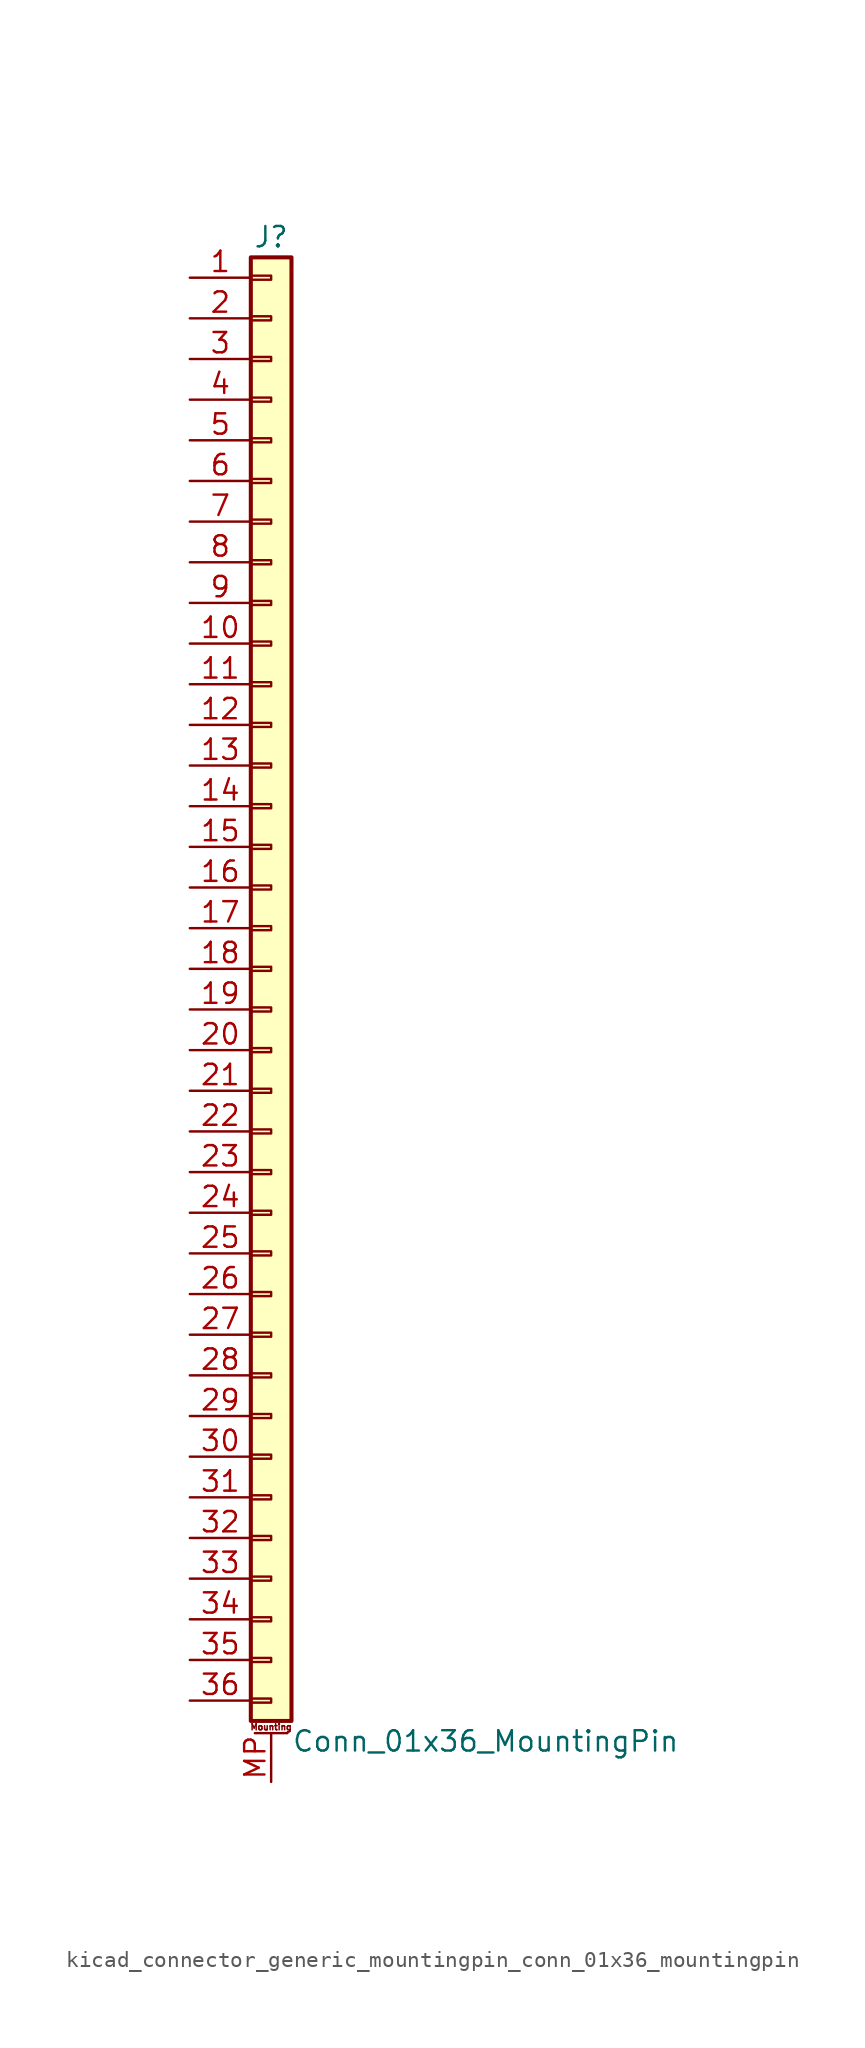
<source format=kicad_sym>
(kicad_symbol_lib
  (version 20220914)
  (generator kicad_symbol_editor)
  (symbol "kicad_connector_generic_mountingpin_conn_01x36_mountingpin"
    (pin_names
      (offset 1.016) hide)
    (property "Reference" "J"
      (at 0 45.72 0)
      (effects (font (size 1.27 1.27))))
    (property "Value" "Conn_01x36_MountingPin"
      (at 1.27 -48.26 0)
      (effects (font (size 1.27 1.27)) (justify left)))
    (symbol "kicad_connector_generic_mountingpin_conn_01x36_mountingpin_1_1"
      (rectangle (start -1.27 -45.593) (end 0 -45.847) (stroke (width 0.152) (type default)) (fill (type none)))
      (rectangle (start -1.27 -43.053) (end 0 -43.307) (stroke (width 0.152) (type default)) (fill (type none)))
      (rectangle (start -1.27 -40.513) (end 0 -40.767) (stroke (width 0.152) (type default)) (fill (type none)))
      (rectangle (start -1.27 -37.973) (end 0 -38.227) (stroke (width 0.152) (type default)) (fill (type none)))
      (rectangle (start -1.27 -35.433) (end 0 -35.687) (stroke (width 0.152) (type default)) (fill (type none)))
      (rectangle (start -1.27 -32.893) (end 0 -33.147) (stroke (width 0.152) (type default)) (fill (type none)))
      (rectangle (start -1.27 -30.353) (end 0 -30.607) (stroke (width 0.152) (type default)) (fill (type none)))
      (rectangle (start -1.27 -27.813) (end 0 -28.067) (stroke (width 0.152) (type default)) (fill (type none)))
      (rectangle (start -1.27 -25.273) (end 0 -25.527) (stroke (width 0.152) (type default)) (fill (type none)))
      (rectangle (start -1.27 -22.733) (end 0 -22.987) (stroke (width 0.152) (type default)) (fill (type none)))
      (rectangle (start -1.27 -20.193) (end 0 -20.447) (stroke (width 0.152) (type default)) (fill (type none)))
      (rectangle (start -1.27 -17.653) (end 0 -17.907) (stroke (width 0.152) (type default)) (fill (type none)))
      (rectangle (start -1.27 -15.113) (end 0 -15.367) (stroke (width 0.152) (type default)) (fill (type none)))
      (rectangle (start -1.27 -12.573) (end 0 -12.827) (stroke (width 0.152) (type default)) (fill (type none)))
      (rectangle (start -1.27 -10.033) (end 0 -10.287) (stroke (width 0.152) (type default)) (fill (type none)))
      (rectangle (start -1.27 -7.493) (end 0 -7.747) (stroke (width 0.152) (type default)) (fill (type none)))
      (rectangle (start -1.27 -4.953) (end 0 -5.207) (stroke (width 0.152) (type default)) (fill (type none)))
      (rectangle (start -1.27 -2.413) (end 0 -2.667) (stroke (width 0.152) (type default)) (fill (type none)))
      (rectangle (start -1.27 0.127) (end 0 -0.127) (stroke (width 0.152) (type default)) (fill (type none)))
      (rectangle (start -1.27 2.667) (end 0 2.413) (stroke (width 0.152) (type default)) (fill (type none)))
      (rectangle (start -1.27 5.207) (end 0 4.953) (stroke (width 0.152) (type default)) (fill (type none)))
      (rectangle (start -1.27 7.747) (end 0 7.493) (stroke (width 0.152) (type default)) (fill (type none)))
      (rectangle (start -1.27 10.287) (end 0 10.033) (stroke (width 0.152) (type default)) (fill (type none)))
      (rectangle (start -1.27 12.827) (end 0 12.573) (stroke (width 0.152) (type default)) (fill (type none)))
      (rectangle (start -1.27 15.367) (end 0 15.113) (stroke (width 0.152) (type default)) (fill (type none)))
      (rectangle (start -1.27 17.907) (end 0 17.653) (stroke (width 0.152) (type default)) (fill (type none)))
      (rectangle (start -1.27 20.447) (end 0 20.193) (stroke (width 0.152) (type default)) (fill (type none)))
      (rectangle (start -1.27 22.987) (end 0 22.733) (stroke (width 0.152) (type default)) (fill (type none)))
      (rectangle (start -1.27 25.527) (end 0 25.273) (stroke (width 0.152) (type default)) (fill (type none)))
      (rectangle (start -1.27 28.067) (end 0 27.813) (stroke (width 0.152) (type default)) (fill (type none)))
      (rectangle (start -1.27 30.607) (end 0 30.353) (stroke (width 0.152) (type default)) (fill (type none)))
      (rectangle (start -1.27 33.147) (end 0 32.893) (stroke (width 0.152) (type default)) (fill (type none)))
      (rectangle (start -1.27 35.687) (end 0 35.433) (stroke (width 0.152) (type default)) (fill (type none)))
      (rectangle (start -1.27 38.227) (end 0 37.973) (stroke (width 0.152) (type default)) (fill (type none)))
      (rectangle (start -1.27 40.767) (end 0 40.513) (stroke (width 0.152) (type default)) (fill (type none)))
      (rectangle (start -1.27 43.307) (end 0 43.053) (stroke (width 0.152) (type default)) (fill (type none)))
      (rectangle (start -1.27 44.45) (end 1.27 -46.99) (stroke (width 0.254) (type default)) (fill (type background)))
      (polyline (pts (xy -1.016 -47.752) (xy 1.016 -47.752)) (stroke (width 0.152) (type default)) (fill (type none)))
      (text "Mounting" (at 0 -47.371 0) (effects (font (size 0.381 0.381))))
      (pin passive line (at -5.08 43.18 0) (length 3.81) (name "Pin_1" (effects (font (size 1.27 1.27)))) (number "1" (effects (font (size 1.27 1.27)))))
      (pin passive line (at -5.08 20.32 0) (length 3.81) (name "Pin_10" (effects (font (size 1.27 1.27)))) (number "10" (effects (font (size 1.27 1.27)))))
      (pin passive line (at -5.08 17.78 0) (length 3.81) (name "Pin_11" (effects (font (size 1.27 1.27)))) (number "11" (effects (font (size 1.27 1.27)))))
      (pin passive line (at -5.08 15.24 0) (length 3.81) (name "Pin_12" (effects (font (size 1.27 1.27)))) (number "12" (effects (font (size 1.27 1.27)))))
      (pin passive line (at -5.08 12.7 0) (length 3.81) (name "Pin_13" (effects (font (size 1.27 1.27)))) (number "13" (effects (font (size 1.27 1.27)))))
      (pin passive line (at -5.08 10.16 0) (length 3.81) (name "Pin_14" (effects (font (size 1.27 1.27)))) (number "14" (effects (font (size 1.27 1.27)))))
      (pin passive line (at -5.08 7.62 0) (length 3.81) (name "Pin_15" (effects (font (size 1.27 1.27)))) (number "15" (effects (font (size 1.27 1.27)))))
      (pin passive line (at -5.08 5.08 0) (length 3.81) (name "Pin_16" (effects (font (size 1.27 1.27)))) (number "16" (effects (font (size 1.27 1.27)))))
      (pin passive line (at -5.08 2.54 0) (length 3.81) (name "Pin_17" (effects (font (size 1.27 1.27)))) (number "17" (effects (font (size 1.27 1.27)))))
      (pin passive line (at -5.08 0 0) (length 3.81) (name "Pin_18" (effects (font (size 1.27 1.27)))) (number "18" (effects (font (size 1.27 1.27)))))
      (pin passive line (at -5.08 -2.54 0) (length 3.81) (name "Pin_19" (effects (font (size 1.27 1.27)))) (number "19" (effects (font (size 1.27 1.27)))))
      (pin passive line (at -5.08 40.64 0) (length 3.81) (name "Pin_2" (effects (font (size 1.27 1.27)))) (number "2" (effects (font (size 1.27 1.27)))))
      (pin passive line (at -5.08 -5.08 0) (length 3.81) (name "Pin_20" (effects (font (size 1.27 1.27)))) (number "20" (effects (font (size 1.27 1.27)))))
      (pin passive line (at -5.08 -7.62 0) (length 3.81) (name "Pin_21" (effects (font (size 1.27 1.27)))) (number "21" (effects (font (size 1.27 1.27)))))
      (pin passive line (at -5.08 -10.16 0) (length 3.81) (name "Pin_22" (effects (font (size 1.27 1.27)))) (number "22" (effects (font (size 1.27 1.27)))))
      (pin passive line (at -5.08 -12.7 0) (length 3.81) (name "Pin_23" (effects (font (size 1.27 1.27)))) (number "23" (effects (font (size 1.27 1.27)))))
      (pin passive line (at -5.08 -15.24 0) (length 3.81) (name "Pin_24" (effects (font (size 1.27 1.27)))) (number "24" (effects (font (size 1.27 1.27)))))
      (pin passive line (at -5.08 -17.78 0) (length 3.81) (name "Pin_25" (effects (font (size 1.27 1.27)))) (number "25" (effects (font (size 1.27 1.27)))))
      (pin passive line (at -5.08 -20.32 0) (length 3.81) (name "Pin_26" (effects (font (size 1.27 1.27)))) (number "26" (effects (font (size 1.27 1.27)))))
      (pin passive line (at -5.08 -22.86 0) (length 3.81) (name "Pin_27" (effects (font (size 1.27 1.27)))) (number "27" (effects (font (size 1.27 1.27)))))
      (pin passive line (at -5.08 -25.4 0) (length 3.81) (name "Pin_28" (effects (font (size 1.27 1.27)))) (number "28" (effects (font (size 1.27 1.27)))))
      (pin passive line (at -5.08 -27.94 0) (length 3.81) (name "Pin_29" (effects (font (size 1.27 1.27)))) (number "29" (effects (font (size 1.27 1.27)))))
      (pin passive line (at -5.08 38.1 0) (length 3.81) (name "Pin_3" (effects (font (size 1.27 1.27)))) (number "3" (effects (font (size 1.27 1.27)))))
      (pin passive line (at -5.08 -30.48 0) (length 3.81) (name "Pin_30" (effects (font (size 1.27 1.27)))) (number "30" (effects (font (size 1.27 1.27)))))
      (pin passive line (at -5.08 -33.02 0) (length 3.81) (name "Pin_31" (effects (font (size 1.27 1.27)))) (number "31" (effects (font (size 1.27 1.27)))))
      (pin passive line (at -5.08 -35.56 0) (length 3.81) (name "Pin_32" (effects (font (size 1.27 1.27)))) (number "32" (effects (font (size 1.27 1.27)))))
      (pin passive line (at -5.08 -38.1 0) (length 3.81) (name "Pin_33" (effects (font (size 1.27 1.27)))) (number "33" (effects (font (size 1.27 1.27)))))
      (pin passive line (at -5.08 -40.64 0) (length 3.81) (name "Pin_34" (effects (font (size 1.27 1.27)))) (number "34" (effects (font (size 1.27 1.27)))))
      (pin passive line (at -5.08 -43.18 0) (length 3.81) (name "Pin_35" (effects (font (size 1.27 1.27)))) (number "35" (effects (font (size 1.27 1.27)))))
      (pin passive line (at -5.08 -45.72 0) (length 3.81) (name "Pin_36" (effects (font (size 1.27 1.27)))) (number "36" (effects (font (size 1.27 1.27)))))
      (pin passive line (at -5.08 35.56 0) (length 3.81) (name "Pin_4" (effects (font (size 1.27 1.27)))) (number "4" (effects (font (size 1.27 1.27)))))
      (pin passive line (at -5.08 33.02 0) (length 3.81) (name "Pin_5" (effects (font (size 1.27 1.27)))) (number "5" (effects (font (size 1.27 1.27)))))
      (pin passive line (at -5.08 30.48 0) (length 3.81) (name "Pin_6" (effects (font (size 1.27 1.27)))) (number "6" (effects (font (size 1.27 1.27)))))
      (pin passive line (at -5.08 27.94 0) (length 3.81) (name "Pin_7" (effects (font (size 1.27 1.27)))) (number "7" (effects (font (size 1.27 1.27)))))
      (pin passive line (at -5.08 25.4 0) (length 3.81) (name "Pin_8" (effects (font (size 1.27 1.27)))) (number "8" (effects (font (size 1.27 1.27)))))
      (pin passive line (at -5.08 22.86 0) (length 3.81) (name "Pin_9" (effects (font (size 1.27 1.27)))) (number "9" (effects (font (size 1.27 1.27)))))
      (pin passive line (at 0 -50.8 90) (length 3.048) (name "MountPin" (effects (font (size 1.27 1.27)))) (number "MP" (effects (font (size 1.27 1.27))))))))
</source>
